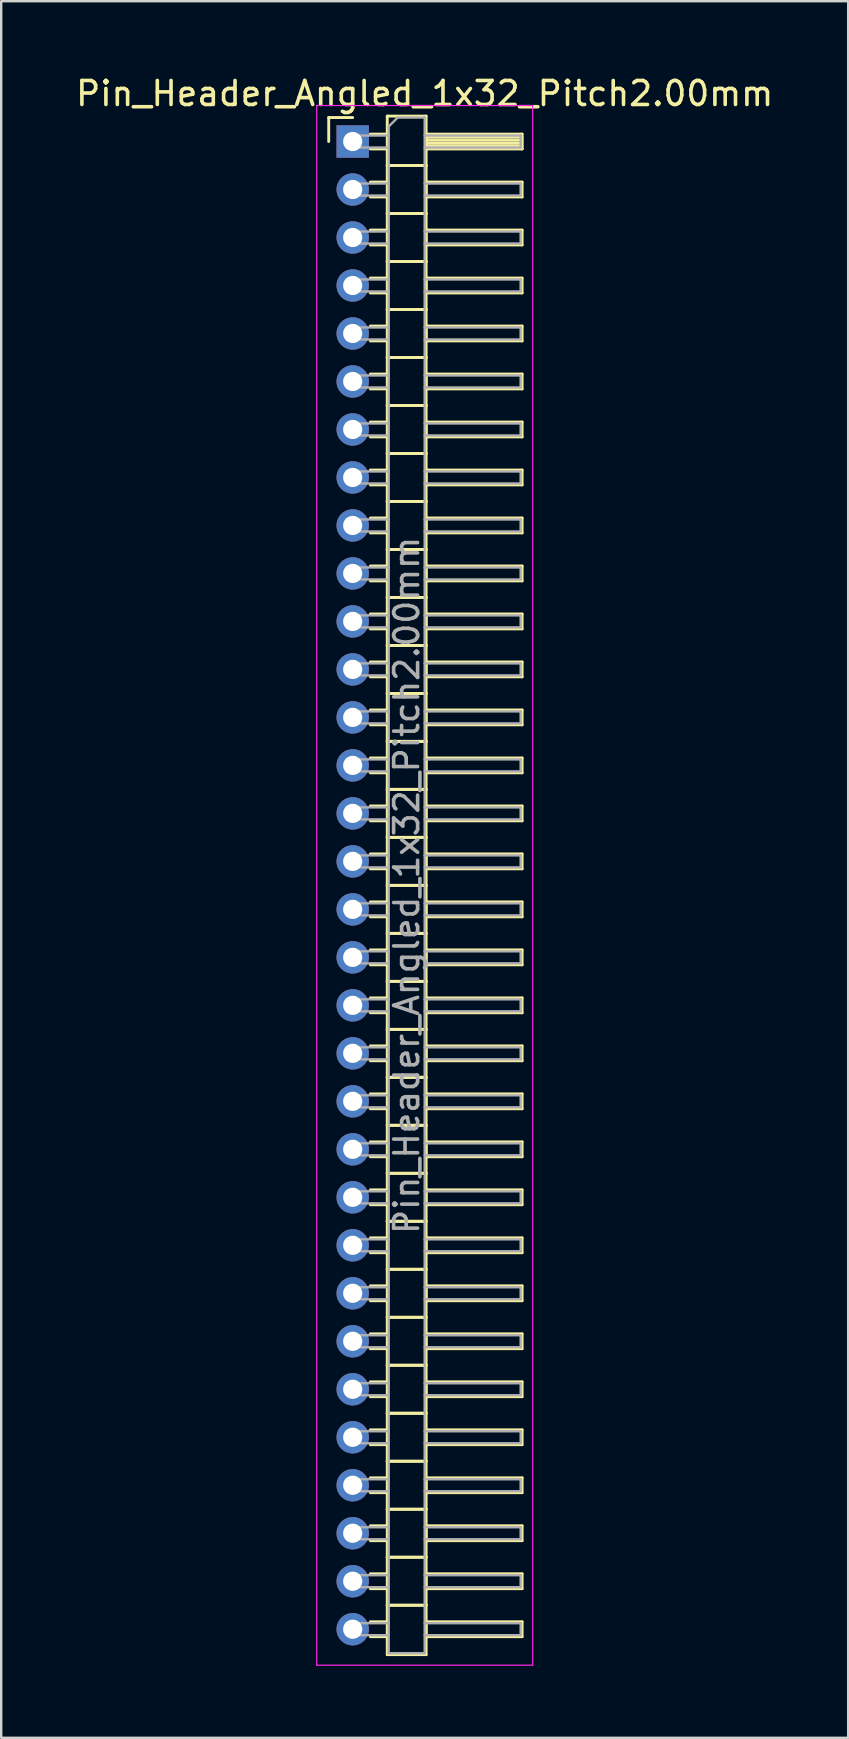
<source format=kicad_pcb>
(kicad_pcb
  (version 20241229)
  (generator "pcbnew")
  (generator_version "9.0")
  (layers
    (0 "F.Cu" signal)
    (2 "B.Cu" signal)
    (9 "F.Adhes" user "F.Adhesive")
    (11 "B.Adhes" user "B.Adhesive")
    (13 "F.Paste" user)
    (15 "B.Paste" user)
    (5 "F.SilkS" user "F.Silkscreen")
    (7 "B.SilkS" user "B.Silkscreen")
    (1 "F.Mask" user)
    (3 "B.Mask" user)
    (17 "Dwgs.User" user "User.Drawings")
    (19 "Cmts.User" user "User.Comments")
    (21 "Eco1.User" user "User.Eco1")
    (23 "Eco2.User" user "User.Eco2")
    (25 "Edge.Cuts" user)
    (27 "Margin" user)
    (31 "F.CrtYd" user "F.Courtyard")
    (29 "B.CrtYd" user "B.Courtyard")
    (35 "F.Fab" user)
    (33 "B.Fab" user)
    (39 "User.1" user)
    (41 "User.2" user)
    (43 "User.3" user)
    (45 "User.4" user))
  (footprint "Pin_Header_Angled_1x32_Pitch2.00mm"
    (layer "F.Cu")
    (at 11.649 2.848)
    (property "Reference" "Pin_Header_Angled_1x32_Pitch2.00mm" (at 3 -2 0) (layer "F.SilkS") (effects (font (size 1 1) (thickness 0.15))))
    (attr through_hole)
    (fp_line (start -1 -1) (end 0 -1) (stroke (width 0.12) (type solid)) (layer "F.SilkS"))
    (fp_line (start -1 0) (end -1 -1) (stroke (width 0.12) (type solid)) (layer "F.SilkS"))
    (fp_line (start 0.735 -0.31) (end 1.44 -0.31) (stroke (width 0.12) (type solid)) (layer "F.SilkS"))
    (fp_line (start 0.735 0.31) (end 1.44 0.31) (stroke (width 0.12) (type solid)) (layer "F.SilkS"))
    (fp_line (start 0.735 1.69) (end 1.44 1.69) (stroke (width 0.12) (type solid)) (layer "F.SilkS"))
    (fp_line (start 0.735 2.31) (end 1.44 2.31) (stroke (width 0.12) (type solid)) (layer "F.SilkS"))
    (fp_line (start 0.735 3.69) (end 1.44 3.69) (stroke (width 0.12) (type solid)) (layer "F.SilkS"))
    (fp_line (start 0.735 4.31) (end 1.44 4.31) (stroke (width 0.12) (type solid)) (layer "F.SilkS"))
    (fp_line (start 0.735 5.69) (end 1.44 5.69) (stroke (width 0.12) (type solid)) (layer "F.SilkS"))
    (fp_line (start 0.735 6.31) (end 1.44 6.31) (stroke (width 0.12) (type solid)) (layer "F.SilkS"))
    (fp_line (start 0.735 7.69) (end 1.44 7.69) (stroke (width 0.12) (type solid)) (layer "F.SilkS"))
    (fp_line (start 0.735 8.31) (end 1.44 8.31) (stroke (width 0.12) (type solid)) (layer "F.SilkS"))
    (fp_line (start 0.735 9.69) (end 1.44 9.69) (stroke (width 0.12) (type solid)) (layer "F.SilkS"))
    (fp_line (start 0.735 10.31) (end 1.44 10.31) (stroke (width 0.12) (type solid)) (layer "F.SilkS"))
    (fp_line (start 0.735 11.69) (end 1.44 11.69) (stroke (width 0.12) (type solid)) (layer "F.SilkS"))
    (fp_line (start 0.735 12.31) (end 1.44 12.31) (stroke (width 0.12) (type solid)) (layer "F.SilkS"))
    (fp_line (start 0.735 13.69) (end 1.44 13.69) (stroke (width 0.12) (type solid)) (layer "F.SilkS"))
    (fp_line (start 0.735 14.31) (end 1.44 14.31) (stroke (width 0.12) (type solid)) (layer "F.SilkS"))
    (fp_line (start 0.735 15.69) (end 1.44 15.69) (stroke (width 0.12) (type solid)) (layer "F.SilkS"))
    (fp_line (start 0.735 16.31) (end 1.44 16.31) (stroke (width 0.12) (type solid)) (layer "F.SilkS"))
    (fp_line (start 0.735 17.69) (end 1.44 17.69) (stroke (width 0.12) (type solid)) (layer "F.SilkS"))
    (fp_line (start 0.735 18.31) (end 1.44 18.31) (stroke (width 0.12) (type solid)) (layer "F.SilkS"))
    (fp_line (start 0.735 19.69) (end 1.44 19.69) (stroke (width 0.12) (type solid)) (layer "F.SilkS"))
    (fp_line (start 0.735 20.31) (end 1.44 20.31) (stroke (width 0.12) (type solid)) (layer "F.SilkS"))
    (fp_line (start 0.735 21.69) (end 1.44 21.69) (stroke (width 0.12) (type solid)) (layer "F.SilkS"))
    (fp_line (start 0.735 22.31) (end 1.44 22.31) (stroke (width 0.12) (type solid)) (layer "F.SilkS"))
    (fp_line (start 0.735 23.69) (end 1.44 23.69) (stroke (width 0.12) (type solid)) (layer "F.SilkS"))
    (fp_line (start 0.735 24.31) (end 1.44 24.31) (stroke (width 0.12) (type solid)) (layer "F.SilkS"))
    (fp_line (start 0.735 25.69) (end 1.44 25.69) (stroke (width 0.12) (type solid)) (layer "F.SilkS"))
    (fp_line (start 0.735 26.31) (end 1.44 26.31) (stroke (width 0.12) (type solid)) (layer "F.SilkS"))
    (fp_line (start 0.735 27.69) (end 1.44 27.69) (stroke (width 0.12) (type solid)) (layer "F.SilkS"))
    (fp_line (start 0.735 28.31) (end 1.44 28.31) (stroke (width 0.12) (type solid)) (layer "F.SilkS"))
    (fp_line (start 0.735 29.69) (end 1.44 29.69) (stroke (width 0.12) (type solid)) (layer "F.SilkS"))
    (fp_line (start 0.735 30.31) (end 1.44 30.31) (stroke (width 0.12) (type solid)) (layer "F.SilkS"))
    (fp_line (start 0.735 31.69) (end 1.44 31.69) (stroke (width 0.12) (type solid)) (layer "F.SilkS"))
    (fp_line (start 0.735 32.31) (end 1.44 32.31) (stroke (width 0.12) (type solid)) (layer "F.SilkS"))
    (fp_line (start 0.735 33.69) (end 1.44 33.69) (stroke (width 0.12) (type solid)) (layer "F.SilkS"))
    (fp_line (start 0.735 34.31) (end 1.44 34.31) (stroke (width 0.12) (type solid)) (layer "F.SilkS"))
    (fp_line (start 0.735 35.69) (end 1.44 35.69) (stroke (width 0.12) (type solid)) (layer "F.SilkS"))
    (fp_line (start 0.735 36.31) (end 1.44 36.31) (stroke (width 0.12) (type solid)) (layer "F.SilkS"))
    (fp_line (start 0.735 37.69) (end 1.44 37.69) (stroke (width 0.12) (type solid)) (layer "F.SilkS"))
    (fp_line (start 0.735 38.31) (end 1.44 38.31) (stroke (width 0.12) (type solid)) (layer "F.SilkS"))
    (fp_line (start 0.735 39.69) (end 1.44 39.69) (stroke (width 0.12) (type solid)) (layer "F.SilkS"))
    (fp_line (start 0.735 40.31) (end 1.44 40.31) (stroke (width 0.12) (type solid)) (layer "F.SilkS"))
    (fp_line (start 0.735 41.69) (end 1.44 41.69) (stroke (width 0.12) (type solid)) (layer "F.SilkS"))
    (fp_line (start 0.735 42.31) (end 1.44 42.31) (stroke (width 0.12) (type solid)) (layer "F.SilkS"))
    (fp_line (start 0.735 43.69) (end 1.44 43.69) (stroke (width 0.12) (type solid)) (layer "F.SilkS"))
    (fp_line (start 0.735 44.31) (end 1.44 44.31) (stroke (width 0.12) (type solid)) (layer "F.SilkS"))
    (fp_line (start 0.735 45.69) (end 1.44 45.69) (stroke (width 0.12) (type solid)) (layer "F.SilkS"))
    (fp_line (start 0.735 46.31) (end 1.44 46.31) (stroke (width 0.12) (type solid)) (layer "F.SilkS"))
    (fp_line (start 0.735 47.69) (end 1.44 47.69) (stroke (width 0.12) (type solid)) (layer "F.SilkS"))
    (fp_line (start 0.735 48.31) (end 1.44 48.31) (stroke (width 0.12) (type solid)) (layer "F.SilkS"))
    (fp_line (start 0.735 49.69) (end 1.44 49.69) (stroke (width 0.12) (type solid)) (layer "F.SilkS"))
    (fp_line (start 0.735 50.31) (end 1.44 50.31) (stroke (width 0.12) (type solid)) (layer "F.SilkS"))
    (fp_line (start 0.735 51.69) (end 1.44 51.69) (stroke (width 0.12) (type solid)) (layer "F.SilkS"))
    (fp_line (start 0.735 52.31) (end 1.44 52.31) (stroke (width 0.12) (type solid)) (layer "F.SilkS"))
    (fp_line (start 0.735 53.69) (end 1.44 53.69) (stroke (width 0.12) (type solid)) (layer "F.SilkS"))
    (fp_line (start 0.735 54.31) (end 1.44 54.31) (stroke (width 0.12) (type solid)) (layer "F.SilkS"))
    (fp_line (start 0.735 55.69) (end 1.44 55.69) (stroke (width 0.12) (type solid)) (layer "F.SilkS"))
    (fp_line (start 0.735 56.31) (end 1.44 56.31) (stroke (width 0.12) (type solid)) (layer "F.SilkS"))
    (fp_line (start 0.735 57.69) (end 1.44 57.69) (stroke (width 0.12) (type solid)) (layer "F.SilkS"))
    (fp_line (start 0.735 58.31) (end 1.44 58.31) (stroke (width 0.12) (type solid)) (layer "F.SilkS"))
    (fp_line (start 0.735 59.69) (end 1.44 59.69) (stroke (width 0.12) (type solid)) (layer "F.SilkS"))
    (fp_line (start 0.735 60.31) (end 1.44 60.31) (stroke (width 0.12) (type solid)) (layer "F.SilkS"))
    (fp_line (start 0.735 61.69) (end 1.44 61.69) (stroke (width 0.12) (type solid)) (layer "F.SilkS"))
    (fp_line (start 0.735 62.31) (end 1.44 62.31) (stroke (width 0.12) (type solid)) (layer "F.SilkS"))
    (fp_line (start 1.44 -1.06) (end 1.44 1) (stroke (width 0.12) (type solid)) (layer "F.SilkS"))
    (fp_line (start 1.44 1) (end 1.44 3) (stroke (width 0.12) (type solid)) (layer "F.SilkS"))
    (fp_line (start 1.44 1) (end 3.06 1) (stroke (width 0.12) (type solid)) (layer "F.SilkS"))
    (fp_line (start 1.44 3) (end 1.44 5) (stroke (width 0.12) (type solid)) (layer "F.SilkS"))
    (fp_line (start 1.44 3) (end 3.06 3) (stroke (width 0.12) (type solid)) (layer "F.SilkS"))
    (fp_line (start 1.44 5) (end 1.44 7) (stroke (width 0.12) (type solid)) (layer "F.SilkS"))
    (fp_line (start 1.44 5) (end 3.06 5) (stroke (width 0.12) (type solid)) (layer "F.SilkS"))
    (fp_line (start 1.44 7) (end 1.44 9) (stroke (width 0.12) (type solid)) (layer "F.SilkS"))
    (fp_line (start 1.44 7) (end 3.06 7) (stroke (width 0.12) (type solid)) (layer "F.SilkS"))
    (fp_line (start 1.44 9) (end 1.44 11) (stroke (width 0.12) (type solid)) (layer "F.SilkS"))
    (fp_line (start 1.44 9) (end 3.06 9) (stroke (width 0.12) (type solid)) (layer "F.SilkS"))
    (fp_line (start 1.44 11) (end 1.44 13) (stroke (width 0.12) (type solid)) (layer "F.SilkS"))
    (fp_line (start 1.44 11) (end 3.06 11) (stroke (width 0.12) (type solid)) (layer "F.SilkS"))
    (fp_line (start 1.44 13) (end 1.44 15) (stroke (width 0.12) (type solid)) (layer "F.SilkS"))
    (fp_line (start 1.44 13) (end 3.06 13) (stroke (width 0.12) (type solid)) (layer "F.SilkS"))
    (fp_line (start 1.44 15) (end 1.44 17) (stroke (width 0.12) (type solid)) (layer "F.SilkS"))
    (fp_line (start 1.44 15) (end 3.06 15) (stroke (width 0.12) (type solid)) (layer "F.SilkS"))
    (fp_line (start 1.44 17) (end 1.44 19) (stroke (width 0.12) (type solid)) (layer "F.SilkS"))
    (fp_line (start 1.44 17) (end 3.06 17) (stroke (width 0.12) (type solid)) (layer "F.SilkS"))
    (fp_line (start 1.44 19) (end 1.44 21) (stroke (width 0.12) (type solid)) (layer "F.SilkS"))
    (fp_line (start 1.44 19) (end 3.06 19) (stroke (width 0.12) (type solid)) (layer "F.SilkS"))
    (fp_line (start 1.44 21) (end 1.44 23) (stroke (width 0.12) (type solid)) (layer "F.SilkS"))
    (fp_line (start 1.44 21) (end 3.06 21) (stroke (width 0.12) (type solid)) (layer "F.SilkS"))
    (fp_line (start 1.44 23) (end 1.44 25) (stroke (width 0.12) (type solid)) (layer "F.SilkS"))
    (fp_line (start 1.44 23) (end 3.06 23) (stroke (width 0.12) (type solid)) (layer "F.SilkS"))
    (fp_line (start 1.44 25) (end 1.44 27) (stroke (width 0.12) (type solid)) (layer "F.SilkS"))
    (fp_line (start 1.44 25) (end 3.06 25) (stroke (width 0.12) (type solid)) (layer "F.SilkS"))
    (fp_line (start 1.44 27) (end 1.44 29) (stroke (width 0.12) (type solid)) (layer "F.SilkS"))
    (fp_line (start 1.44 27) (end 3.06 27) (stroke (width 0.12) (type solid)) (layer "F.SilkS"))
    (fp_line (start 1.44 29) (end 1.44 31) (stroke (width 0.12) (type solid)) (layer "F.SilkS"))
    (fp_line (start 1.44 29) (end 3.06 29) (stroke (width 0.12) (type solid)) (layer "F.SilkS"))
    (fp_line (start 1.44 31) (end 1.44 33) (stroke (width 0.12) (type solid)) (layer "F.SilkS"))
    (fp_line (start 1.44 31) (end 3.06 31) (stroke (width 0.12) (type solid)) (layer "F.SilkS"))
    (fp_line (start 1.44 33) (end 1.44 35) (stroke (width 0.12) (type solid)) (layer "F.SilkS"))
    (fp_line (start 1.44 33) (end 3.06 33) (stroke (width 0.12) (type solid)) (layer "F.SilkS"))
    (fp_line (start 1.44 35) (end 1.44 37) (stroke (width 0.12) (type solid)) (layer "F.SilkS"))
    (fp_line (start 1.44 35) (end 3.06 35) (stroke (width 0.12) (type solid)) (layer "F.SilkS"))
    (fp_line (start 1.44 37) (end 1.44 39) (stroke (width 0.12) (type solid)) (layer "F.SilkS"))
    (fp_line (start 1.44 37) (end 3.06 37) (stroke (width 0.12) (type solid)) (layer "F.SilkS"))
    (fp_line (start 1.44 39) (end 1.44 41) (stroke (width 0.12) (type solid)) (layer "F.SilkS"))
    (fp_line (start 1.44 39) (end 3.06 39) (stroke (width 0.12) (type solid)) (layer "F.SilkS"))
    (fp_line (start 1.44 41) (end 1.44 43) (stroke (width 0.12) (type solid)) (layer "F.SilkS"))
    (fp_line (start 1.44 41) (end 3.06 41) (stroke (width 0.12) (type solid)) (layer "F.SilkS"))
    (fp_line (start 1.44 43) (end 1.44 45) (stroke (width 0.12) (type solid)) (layer "F.SilkS"))
    (fp_line (start 1.44 43) (end 3.06 43) (stroke (width 0.12) (type solid)) (layer "F.SilkS"))
    (fp_line (start 1.44 45) (end 1.44 47) (stroke (width 0.12) (type solid)) (layer "F.SilkS"))
    (fp_line (start 1.44 45) (end 3.06 45) (stroke (width 0.12) (type solid)) (layer "F.SilkS"))
    (fp_line (start 1.44 47) (end 1.44 49) (stroke (width 0.12) (type solid)) (layer "F.SilkS"))
    (fp_line (start 1.44 47) (end 3.06 47) (stroke (width 0.12) (type solid)) (layer "F.SilkS"))
    (fp_line (start 1.44 49) (end 1.44 51) (stroke (width 0.12) (type solid)) (layer "F.SilkS"))
    (fp_line (start 1.44 49) (end 3.06 49) (stroke (width 0.12) (type solid)) (layer "F.SilkS"))
    (fp_line (start 1.44 51) (end 1.44 53) (stroke (width 0.12) (type solid)) (layer "F.SilkS"))
    (fp_line (start 1.44 51) (end 3.06 51) (stroke (width 0.12) (type solid)) (layer "F.SilkS"))
    (fp_line (start 1.44 53) (end 1.44 55) (stroke (width 0.12) (type solid)) (layer "F.SilkS"))
    (fp_line (start 1.44 53) (end 3.06 53) (stroke (width 0.12) (type solid)) (layer "F.SilkS"))
    (fp_line (start 1.44 55) (end 1.44 57) (stroke (width 0.12) (type solid)) (layer "F.SilkS"))
    (fp_line (start 1.44 55) (end 3.06 55) (stroke (width 0.12) (type solid)) (layer "F.SilkS"))
    (fp_line (start 1.44 57) (end 1.44 59) (stroke (width 0.12) (type solid)) (layer "F.SilkS"))
    (fp_line (start 1.44 57) (end 3.06 57) (stroke (width 0.12) (type solid)) (layer "F.SilkS"))
    (fp_line (start 1.44 59) (end 1.44 61) (stroke (width 0.12) (type solid)) (layer "F.SilkS"))
    (fp_line (start 1.44 59) (end 3.06 59) (stroke (width 0.12) (type solid)) (layer "F.SilkS"))
    (fp_line (start 1.44 61) (end 1.44 63.06) (stroke (width 0.12) (type solid)) (layer "F.SilkS"))
    (fp_line (start 1.44 61) (end 3.06 61) (stroke (width 0.12) (type solid)) (layer "F.SilkS"))
    (fp_line (start 1.44 63.06) (end 3.06 63.06) (stroke (width 0.12) (type solid)) (layer "F.SilkS"))
    (fp_line (start 3.06 -1.06) (end 1.44 -1.06) (stroke (width 0.12) (type solid)) (layer "F.SilkS"))
    (fp_line (start 3.06 -0.31) (end 3.06 0.31) (stroke (width 0.12) (type solid)) (layer "F.SilkS"))
    (fp_line (start 3.06 -0.19) (end 7.06 -0.19) (stroke (width 0.12) (type solid)) (layer "F.SilkS"))
    (fp_line (start 3.06 -0.07) (end 7.06 -0.07) (stroke (width 0.12) (type solid)) (layer "F.SilkS"))
    (fp_line (start 3.06 0.05) (end 7.06 0.05) (stroke (width 0.12) (type solid)) (layer "F.SilkS"))
    (fp_line (start 3.06 0.17) (end 7.06 0.17) (stroke (width 0.12) (type solid)) (layer "F.SilkS"))
    (fp_line (start 3.06 0.29) (end 7.06 0.29) (stroke (width 0.12) (type solid)) (layer "F.SilkS"))
    (fp_line (start 3.06 0.31) (end 7.06 0.31) (stroke (width 0.12) (type solid)) (layer "F.SilkS"))
    (fp_line (start 3.06 1) (end 1.44 1) (stroke (width 0.12) (type solid)) (layer "F.SilkS"))
    (fp_line (start 3.06 1) (end 3.06 -1.06) (stroke (width 0.12) (type solid)) (layer "F.SilkS"))
    (fp_line (start 3.06 1.69) (end 3.06 2.31) (stroke (width 0.12) (type solid)) (layer "F.SilkS"))
    (fp_line (start 3.06 2.31) (end 7.06 2.31) (stroke (width 0.12) (type solid)) (layer "F.SilkS"))
    (fp_line (start 3.06 3) (end 1.44 3) (stroke (width 0.12) (type solid)) (layer "F.SilkS"))
    (fp_line (start 3.06 3) (end 3.06 1) (stroke (width 0.12) (type solid)) (layer "F.SilkS"))
    (fp_line (start 3.06 3.69) (end 3.06 4.31) (stroke (width 0.12) (type solid)) (layer "F.SilkS"))
    (fp_line (start 3.06 4.31) (end 7.06 4.31) (stroke (width 0.12) (type solid)) (layer "F.SilkS"))
    (fp_line (start 3.06 5) (end 1.44 5) (stroke (width 0.12) (type solid)) (layer "F.SilkS"))
    (fp_line (start 3.06 5) (end 3.06 3) (stroke (width 0.12) (type solid)) (layer "F.SilkS"))
    (fp_line (start 3.06 5.69) (end 3.06 6.31) (stroke (width 0.12) (type solid)) (layer "F.SilkS"))
    (fp_line (start 3.06 6.31) (end 7.06 6.31) (stroke (width 0.12) (type solid)) (layer "F.SilkS"))
    (fp_line (start 3.06 7) (end 1.44 7) (stroke (width 0.12) (type solid)) (layer "F.SilkS"))
    (fp_line (start 3.06 7) (end 3.06 5) (stroke (width 0.12) (type solid)) (layer "F.SilkS"))
    (fp_line (start 3.06 7.69) (end 3.06 8.31) (stroke (width 0.12) (type solid)) (layer "F.SilkS"))
    (fp_line (start 3.06 8.31) (end 7.06 8.31) (stroke (width 0.12) (type solid)) (layer "F.SilkS"))
    (fp_line (start 3.06 9) (end 1.44 9) (stroke (width 0.12) (type solid)) (layer "F.SilkS"))
    (fp_line (start 3.06 9) (end 3.06 7) (stroke (width 0.12) (type solid)) (layer "F.SilkS"))
    (fp_line (start 3.06 9.69) (end 3.06 10.31) (stroke (width 0.12) (type solid)) (layer "F.SilkS"))
    (fp_line (start 3.06 10.31) (end 7.06 10.31) (stroke (width 0.12) (type solid)) (layer "F.SilkS"))
    (fp_line (start 3.06 11) (end 1.44 11) (stroke (width 0.12) (type solid)) (layer "F.SilkS"))
    (fp_line (start 3.06 11) (end 3.06 9) (stroke (width 0.12) (type solid)) (layer "F.SilkS"))
    (fp_line (start 3.06 11.69) (end 3.06 12.31) (stroke (width 0.12) (type solid)) (layer "F.SilkS"))
    (fp_line (start 3.06 12.31) (end 7.06 12.31) (stroke (width 0.12) (type solid)) (layer "F.SilkS"))
    (fp_line (start 3.06 13) (end 1.44 13) (stroke (width 0.12) (type solid)) (layer "F.SilkS"))
    (fp_line (start 3.06 13) (end 3.06 11) (stroke (width 0.12) (type solid)) (layer "F.SilkS"))
    (fp_line (start 3.06 13.69) (end 3.06 14.31) (stroke (width 0.12) (type solid)) (layer "F.SilkS"))
    (fp_line (start 3.06 14.31) (end 7.06 14.31) (stroke (width 0.12) (type solid)) (layer "F.SilkS"))
    (fp_line (start 3.06 15) (end 1.44 15) (stroke (width 0.12) (type solid)) (layer "F.SilkS"))
    (fp_line (start 3.06 15) (end 3.06 13) (stroke (width 0.12) (type solid)) (layer "F.SilkS"))
    (fp_line (start 3.06 15.69) (end 3.06 16.31) (stroke (width 0.12) (type solid)) (layer "F.SilkS"))
    (fp_line (start 3.06 16.31) (end 7.06 16.31) (stroke (width 0.12) (type solid)) (layer "F.SilkS"))
    (fp_line (start 3.06 17) (end 1.44 17) (stroke (width 0.12) (type solid)) (layer "F.SilkS"))
    (fp_line (start 3.06 17) (end 3.06 15) (stroke (width 0.12) (type solid)) (layer "F.SilkS"))
    (fp_line (start 3.06 17.69) (end 3.06 18.31) (stroke (width 0.12) (type solid)) (layer "F.SilkS"))
    (fp_line (start 3.06 18.31) (end 7.06 18.31) (stroke (width 0.12) (type solid)) (layer "F.SilkS"))
    (fp_line (start 3.06 19) (end 1.44 19) (stroke (width 0.12) (type solid)) (layer "F.SilkS"))
    (fp_line (start 3.06 19) (end 3.06 17) (stroke (width 0.12) (type solid)) (layer "F.SilkS"))
    (fp_line (start 3.06 19.69) (end 3.06 20.31) (stroke (width 0.12) (type solid)) (layer "F.SilkS"))
    (fp_line (start 3.06 20.31) (end 7.06 20.31) (stroke (width 0.12) (type solid)) (layer "F.SilkS"))
    (fp_line (start 3.06 21) (end 1.44 21) (stroke (width 0.12) (type solid)) (layer "F.SilkS"))
    (fp_line (start 3.06 21) (end 3.06 19) (stroke (width 0.12) (type solid)) (layer "F.SilkS"))
    (fp_line (start 3.06 21.69) (end 3.06 22.31) (stroke (width 0.12) (type solid)) (layer "F.SilkS"))
    (fp_line (start 3.06 22.31) (end 7.06 22.31) (stroke (width 0.12) (type solid)) (layer "F.SilkS"))
    (fp_line (start 3.06 23) (end 1.44 23) (stroke (width 0.12) (type solid)) (layer "F.SilkS"))
    (fp_line (start 3.06 23) (end 3.06 21) (stroke (width 0.12) (type solid)) (layer "F.SilkS"))
    (fp_line (start 3.06 23.69) (end 3.06 24.31) (stroke (width 0.12) (type solid)) (layer "F.SilkS"))
    (fp_line (start 3.06 24.31) (end 7.06 24.31) (stroke (width 0.12) (type solid)) (layer "F.SilkS"))
    (fp_line (start 3.06 25) (end 1.44 25) (stroke (width 0.12) (type solid)) (layer "F.SilkS"))
    (fp_line (start 3.06 25) (end 3.06 23) (stroke (width 0.12) (type solid)) (layer "F.SilkS"))
    (fp_line (start 3.06 25.69) (end 3.06 26.31) (stroke (width 0.12) (type solid)) (layer "F.SilkS"))
    (fp_line (start 3.06 26.31) (end 7.06 26.31) (stroke (width 0.12) (type solid)) (layer "F.SilkS"))
    (fp_line (start 3.06 27) (end 1.44 27) (stroke (width 0.12) (type solid)) (layer "F.SilkS"))
    (fp_line (start 3.06 27) (end 3.06 25) (stroke (width 0.12) (type solid)) (layer "F.SilkS"))
    (fp_line (start 3.06 27.69) (end 3.06 28.31) (stroke (width 0.12) (type solid)) (layer "F.SilkS"))
    (fp_line (start 3.06 28.31) (end 7.06 28.31) (stroke (width 0.12) (type solid)) (layer "F.SilkS"))
    (fp_line (start 3.06 29) (end 1.44 29) (stroke (width 0.12) (type solid)) (layer "F.SilkS"))
    (fp_line (start 3.06 29) (end 3.06 27) (stroke (width 0.12) (type solid)) (layer "F.SilkS"))
    (fp_line (start 3.06 29.69) (end 3.06 30.31) (stroke (width 0.12) (type solid)) (layer "F.SilkS"))
    (fp_line (start 3.06 30.31) (end 7.06 30.31) (stroke (width 0.12) (type solid)) (layer "F.SilkS"))
    (fp_line (start 3.06 31) (end 1.44 31) (stroke (width 0.12) (type solid)) (layer "F.SilkS"))
    (fp_line (start 3.06 31) (end 3.06 29) (stroke (width 0.12) (type solid)) (layer "F.SilkS"))
    (fp_line (start 3.06 31.69) (end 3.06 32.31) (stroke (width 0.12) (type solid)) (layer "F.SilkS"))
    (fp_line (start 3.06 32.31) (end 7.06 32.31) (stroke (width 0.12) (type solid)) (layer "F.SilkS"))
    (fp_line (start 3.06 33) (end 1.44 33) (stroke (width 0.12) (type solid)) (layer "F.SilkS"))
    (fp_line (start 3.06 33) (end 3.06 31) (stroke (width 0.12) (type solid)) (layer "F.SilkS"))
    (fp_line (start 3.06 33.69) (end 3.06 34.31) (stroke (width 0.12) (type solid)) (layer "F.SilkS"))
    (fp_line (start 3.06 34.31) (end 7.06 34.31) (stroke (width 0.12) (type solid)) (layer "F.SilkS"))
    (fp_line (start 3.06 35) (end 1.44 35) (stroke (width 0.12) (type solid)) (layer "F.SilkS"))
    (fp_line (start 3.06 35) (end 3.06 33) (stroke (width 0.12) (type solid)) (layer "F.SilkS"))
    (fp_line (start 3.06 35.69) (end 3.06 36.31) (stroke (width 0.12) (type solid)) (layer "F.SilkS"))
    (fp_line (start 3.06 36.31) (end 7.06 36.31) (stroke (width 0.12) (type solid)) (layer "F.SilkS"))
    (fp_line (start 3.06 37) (end 1.44 37) (stroke (width 0.12) (type solid)) (layer "F.SilkS"))
    (fp_line (start 3.06 37) (end 3.06 35) (stroke (width 0.12) (type solid)) (layer "F.SilkS"))
    (fp_line (start 3.06 37.69) (end 3.06 38.31) (stroke (width 0.12) (type solid)) (layer "F.SilkS"))
    (fp_line (start 3.06 38.31) (end 7.06 38.31) (stroke (width 0.12) (type solid)) (layer "F.SilkS"))
    (fp_line (start 3.06 39) (end 1.44 39) (stroke (width 0.12) (type solid)) (layer "F.SilkS"))
    (fp_line (start 3.06 39) (end 3.06 37) (stroke (width 0.12) (type solid)) (layer "F.SilkS"))
    (fp_line (start 3.06 39.69) (end 3.06 40.31) (stroke (width 0.12) (type solid)) (layer "F.SilkS"))
    (fp_line (start 3.06 40.31) (end 7.06 40.31) (stroke (width 0.12) (type solid)) (layer "F.SilkS"))
    (fp_line (start 3.06 41) (end 1.44 41) (stroke (width 0.12) (type solid)) (layer "F.SilkS"))
    (fp_line (start 3.06 41) (end 3.06 39) (stroke (width 0.12) (type solid)) (layer "F.SilkS"))
    (fp_line (start 3.06 41.69) (end 3.06 42.31) (stroke (width 0.12) (type solid)) (layer "F.SilkS"))
    (fp_line (start 3.06 42.31) (end 7.06 42.31) (stroke (width 0.12) (type solid)) (layer "F.SilkS"))
    (fp_line (start 3.06 43) (end 1.44 43) (stroke (width 0.12) (type solid)) (layer "F.SilkS"))
    (fp_line (start 3.06 43) (end 3.06 41) (stroke (width 0.12) (type solid)) (layer "F.SilkS"))
    (fp_line (start 3.06 43.69) (end 3.06 44.31) (stroke (width 0.12) (type solid)) (layer "F.SilkS"))
    (fp_line (start 3.06 44.31) (end 7.06 44.31) (stroke (width 0.12) (type solid)) (layer "F.SilkS"))
    (fp_line (start 3.06 45) (end 1.44 45) (stroke (width 0.12) (type solid)) (layer "F.SilkS"))
    (fp_line (start 3.06 45) (end 3.06 43) (stroke (width 0.12) (type solid)) (layer "F.SilkS"))
    (fp_line (start 3.06 45.69) (end 3.06 46.31) (stroke (width 0.12) (type solid)) (layer "F.SilkS"))
    (fp_line (start 3.06 46.31) (end 7.06 46.31) (stroke (width 0.12) (type solid)) (layer "F.SilkS"))
    (fp_line (start 3.06 47) (end 1.44 47) (stroke (width 0.12) (type solid)) (layer "F.SilkS"))
    (fp_line (start 3.06 47) (end 3.06 45) (stroke (width 0.12) (type solid)) (layer "F.SilkS"))
    (fp_line (start 3.06 47.69) (end 3.06 48.31) (stroke (width 0.12) (type solid)) (layer "F.SilkS"))
    (fp_line (start 3.06 48.31) (end 7.06 48.31) (stroke (width 0.12) (type solid)) (layer "F.SilkS"))
    (fp_line (start 3.06 49) (end 1.44 49) (stroke (width 0.12) (type solid)) (layer "F.SilkS"))
    (fp_line (start 3.06 49) (end 3.06 47) (stroke (width 0.12) (type solid)) (layer "F.SilkS"))
    (fp_line (start 3.06 49.69) (end 3.06 50.31) (stroke (width 0.12) (type solid)) (layer "F.SilkS"))
    (fp_line (start 3.06 50.31) (end 7.06 50.31) (stroke (width 0.12) (type solid)) (layer "F.SilkS"))
    (fp_line (start 3.06 51) (end 1.44 51) (stroke (width 0.12) (type solid)) (layer "F.SilkS"))
    (fp_line (start 3.06 51) (end 3.06 49) (stroke (width 0.12) (type solid)) (layer "F.SilkS"))
    (fp_line (start 3.06 51.69) (end 3.06 52.31) (stroke (width 0.12) (type solid)) (layer "F.SilkS"))
    (fp_line (start 3.06 52.31) (end 7.06 52.31) (stroke (width 0.12) (type solid)) (layer "F.SilkS"))
    (fp_line (start 3.06 53) (end 1.44 53) (stroke (width 0.12) (type solid)) (layer "F.SilkS"))
    (fp_line (start 3.06 53) (end 3.06 51) (stroke (width 0.12) (type solid)) (layer "F.SilkS"))
    (fp_line (start 3.06 53.69) (end 3.06 54.31) (stroke (width 0.12) (type solid)) (layer "F.SilkS"))
    (fp_line (start 3.06 54.31) (end 7.06 54.31) (stroke (width 0.12) (type solid)) (layer "F.SilkS"))
    (fp_line (start 3.06 55) (end 1.44 55) (stroke (width 0.12) (type solid)) (layer "F.SilkS"))
    (fp_line (start 3.06 55) (end 3.06 53) (stroke (width 0.12) (type solid)) (layer "F.SilkS"))
    (fp_line (start 3.06 55.69) (end 3.06 56.31) (stroke (width 0.12) (type solid)) (layer "F.SilkS"))
    (fp_line (start 3.06 56.31) (end 7.06 56.31) (stroke (width 0.12) (type solid)) (layer "F.SilkS"))
    (fp_line (start 3.06 57) (end 1.44 57) (stroke (width 0.12) (type solid)) (layer "F.SilkS"))
    (fp_line (start 3.06 57) (end 3.06 55) (stroke (width 0.12) (type solid)) (layer "F.SilkS"))
    (fp_line (start 3.06 57.69) (end 3.06 58.31) (stroke (width 0.12) (type solid)) (layer "F.SilkS"))
    (fp_line (start 3.06 58.31) (end 7.06 58.31) (stroke (width 0.12) (type solid)) (layer "F.SilkS"))
    (fp_line (start 3.06 59) (end 1.44 59) (stroke (width 0.12) (type solid)) (layer "F.SilkS"))
    (fp_line (start 3.06 59) (end 3.06 57) (stroke (width 0.12) (type solid)) (layer "F.SilkS"))
    (fp_line (start 3.06 59.69) (end 3.06 60.31) (stroke (width 0.12) (type solid)) (layer "F.SilkS"))
    (fp_line (start 3.06 60.31) (end 7.06 60.31) (stroke (width 0.12) (type solid)) (layer "F.SilkS"))
    (fp_line (start 3.06 61) (end 1.44 61) (stroke (width 0.12) (type solid)) (layer "F.SilkS"))
    (fp_line (start 3.06 61) (end 3.06 59) (stroke (width 0.12) (type solid)) (layer "F.SilkS"))
    (fp_line (start 3.06 61.69) (end 3.06 62.31) (stroke (width 0.12) (type solid)) (layer "F.SilkS"))
    (fp_line (start 3.06 62.31) (end 7.06 62.31) (stroke (width 0.12) (type solid)) (layer "F.SilkS"))
    (fp_line (start 3.06 63.06) (end 3.06 61) (stroke (width 0.12) (type solid)) (layer "F.SilkS"))
    (fp_line (start 7.06 -0.31) (end 3.06 -0.31) (stroke (width 0.12) (type solid)) (layer "F.SilkS"))
    (fp_line (start 7.06 0.31) (end 7.06 -0.31) (stroke (width 0.12) (type solid)) (layer "F.SilkS"))
    (fp_line (start 7.06 1.69) (end 3.06 1.69) (stroke (width 0.12) (type solid)) (layer "F.SilkS"))
    (fp_line (start 7.06 2.31) (end 7.06 1.69) (stroke (width 0.12) (type solid)) (layer "F.SilkS"))
    (fp_line (start 7.06 3.69) (end 3.06 3.69) (stroke (width 0.12) (type solid)) (layer "F.SilkS"))
    (fp_line (start 7.06 4.31) (end 7.06 3.69) (stroke (width 0.12) (type solid)) (layer "F.SilkS"))
    (fp_line (start 7.06 5.69) (end 3.06 5.69) (stroke (width 0.12) (type solid)) (layer "F.SilkS"))
    (fp_line (start 7.06 6.31) (end 7.06 5.69) (stroke (width 0.12) (type solid)) (layer "F.SilkS"))
    (fp_line (start 7.06 7.69) (end 3.06 7.69) (stroke (width 0.12) (type solid)) (layer "F.SilkS"))
    (fp_line (start 7.06 8.31) (end 7.06 7.69) (stroke (width 0.12) (type solid)) (layer "F.SilkS"))
    (fp_line (start 7.06 9.69) (end 3.06 9.69) (stroke (width 0.12) (type solid)) (layer "F.SilkS"))
    (fp_line (start 7.06 10.31) (end 7.06 9.69) (stroke (width 0.12) (type solid)) (layer "F.SilkS"))
    (fp_line (start 7.06 11.69) (end 3.06 11.69) (stroke (width 0.12) (type solid)) (layer "F.SilkS"))
    (fp_line (start 7.06 12.31) (end 7.06 11.69) (stroke (width 0.12) (type solid)) (layer "F.SilkS"))
    (fp_line (start 7.06 13.69) (end 3.06 13.69) (stroke (width 0.12) (type solid)) (layer "F.SilkS"))
    (fp_line (start 7.06 14.31) (end 7.06 13.69) (stroke (width 0.12) (type solid)) (layer "F.SilkS"))
    (fp_line (start 7.06 15.69) (end 3.06 15.69) (stroke (width 0.12) (type solid)) (layer "F.SilkS"))
    (fp_line (start 7.06 16.31) (end 7.06 15.69) (stroke (width 0.12) (type solid)) (layer "F.SilkS"))
    (fp_line (start 7.06 17.69) (end 3.06 17.69) (stroke (width 0.12) (type solid)) (layer "F.SilkS"))
    (fp_line (start 7.06 18.31) (end 7.06 17.69) (stroke (width 0.12) (type solid)) (layer "F.SilkS"))
    (fp_line (start 7.06 19.69) (end 3.06 19.69) (stroke (width 0.12) (type solid)) (layer "F.SilkS"))
    (fp_line (start 7.06 20.31) (end 7.06 19.69) (stroke (width 0.12) (type solid)) (layer "F.SilkS"))
    (fp_line (start 7.06 21.69) (end 3.06 21.69) (stroke (width 0.12) (type solid)) (layer "F.SilkS"))
    (fp_line (start 7.06 22.31) (end 7.06 21.69) (stroke (width 0.12) (type solid)) (layer "F.SilkS"))
    (fp_line (start 7.06 23.69) (end 3.06 23.69) (stroke (width 0.12) (type solid)) (layer "F.SilkS"))
    (fp_line (start 7.06 24.31) (end 7.06 23.69) (stroke (width 0.12) (type solid)) (layer "F.SilkS"))
    (fp_line (start 7.06 25.69) (end 3.06 25.69) (stroke (width 0.12) (type solid)) (layer "F.SilkS"))
    (fp_line (start 7.06 26.31) (end 7.06 25.69) (stroke (width 0.12) (type solid)) (layer "F.SilkS"))
    (fp_line (start 7.06 27.69) (end 3.06 27.69) (stroke (width 0.12) (type solid)) (layer "F.SilkS"))
    (fp_line (start 7.06 28.31) (end 7.06 27.69) (stroke (width 0.12) (type solid)) (layer "F.SilkS"))
    (fp_line (start 7.06 29.69) (end 3.06 29.69) (stroke (width 0.12) (type solid)) (layer "F.SilkS"))
    (fp_line (start 7.06 30.31) (end 7.06 29.69) (stroke (width 0.12) (type solid)) (layer "F.SilkS"))
    (fp_line (start 7.06 31.69) (end 3.06 31.69) (stroke (width 0.12) (type solid)) (layer "F.SilkS"))
    (fp_line (start 7.06 32.31) (end 7.06 31.69) (stroke (width 0.12) (type solid)) (layer "F.SilkS"))
    (fp_line (start 7.06 33.69) (end 3.06 33.69) (stroke (width 0.12) (type solid)) (layer "F.SilkS"))
    (fp_line (start 7.06 34.31) (end 7.06 33.69) (stroke (width 0.12) (type solid)) (layer "F.SilkS"))
    (fp_line (start 7.06 35.69) (end 3.06 35.69) (stroke (width 0.12) (type solid)) (layer "F.SilkS"))
    (fp_line (start 7.06 36.31) (end 7.06 35.69) (stroke (width 0.12) (type solid)) (layer "F.SilkS"))
    (fp_line (start 7.06 37.69) (end 3.06 37.69) (stroke (width 0.12) (type solid)) (layer "F.SilkS"))
    (fp_line (start 7.06 38.31) (end 7.06 37.69) (stroke (width 0.12) (type solid)) (layer "F.SilkS"))
    (fp_line (start 7.06 39.69) (end 3.06 39.69) (stroke (width 0.12) (type solid)) (layer "F.SilkS"))
    (fp_line (start 7.06 40.31) (end 7.06 39.69) (stroke (width 0.12) (type solid)) (layer "F.SilkS"))
    (fp_line (start 7.06 41.69) (end 3.06 41.69) (stroke (width 0.12) (type solid)) (layer "F.SilkS"))
    (fp_line (start 7.06 42.31) (end 7.06 41.69) (stroke (width 0.12) (type solid)) (layer "F.SilkS"))
    (fp_line (start 7.06 43.69) (end 3.06 43.69) (stroke (width 0.12) (type solid)) (layer "F.SilkS"))
    (fp_line (start 7.06 44.31) (end 7.06 43.69) (stroke (width 0.12) (type solid)) (layer "F.SilkS"))
    (fp_line (start 7.06 45.69) (end 3.06 45.69) (stroke (width 0.12) (type solid)) (layer "F.SilkS"))
    (fp_line (start 7.06 46.31) (end 7.06 45.69) (stroke (width 0.12) (type solid)) (layer "F.SilkS"))
    (fp_line (start 7.06 47.69) (end 3.06 47.69) (stroke (width 0.12) (type solid)) (layer "F.SilkS"))
    (fp_line (start 7.06 48.31) (end 7.06 47.69) (stroke (width 0.12) (type solid)) (layer "F.SilkS"))
    (fp_line (start 7.06 49.69) (end 3.06 49.69) (stroke (width 0.12) (type solid)) (layer "F.SilkS"))
    (fp_line (start 7.06 50.31) (end 7.06 49.69) (stroke (width 0.12) (type solid)) (layer "F.SilkS"))
    (fp_line (start 7.06 51.69) (end 3.06 51.69) (stroke (width 0.12) (type solid)) (layer "F.SilkS"))
    (fp_line (start 7.06 52.31) (end 7.06 51.69) (stroke (width 0.12) (type solid)) (layer "F.SilkS"))
    (fp_line (start 7.06 53.69) (end 3.06 53.69) (stroke (width 0.12) (type solid)) (layer "F.SilkS"))
    (fp_line (start 7.06 54.31) (end 7.06 53.69) (stroke (width 0.12) (type solid)) (layer "F.SilkS"))
    (fp_line (start 7.06 55.69) (end 3.06 55.69) (stroke (width 0.12) (type solid)) (layer "F.SilkS"))
    (fp_line (start 7.06 56.31) (end 7.06 55.69) (stroke (width 0.12) (type solid)) (layer "F.SilkS"))
    (fp_line (start 7.06 57.69) (end 3.06 57.69) (stroke (width 0.12) (type solid)) (layer "F.SilkS"))
    (fp_line (start 7.06 58.31) (end 7.06 57.69) (stroke (width 0.12) (type solid)) (layer "F.SilkS"))
    (fp_line (start 7.06 59.69) (end 3.06 59.69) (stroke (width 0.12) (type solid)) (layer "F.SilkS"))
    (fp_line (start 7.06 60.31) (end 7.06 59.69) (stroke (width 0.12) (type solid)) (layer "F.SilkS"))
    (fp_line (start 7.06 61.69) (end 3.06 61.69) (stroke (width 0.12) (type solid)) (layer "F.SilkS"))
    (fp_line (start 7.06 62.31) (end 7.06 61.69) (stroke (width 0.12) (type solid)) (layer "F.SilkS"))
    (fp_line (start -1.5 -1.5) (end -1.5 63.5) (stroke (width 0.05) (type solid)) (layer "F.CrtYd"))
    (fp_line (start -1.5 63.5) (end 7.5 63.5) (stroke (width 0.05) (type solid)) (layer "F.CrtYd"))
    (fp_line (start 7.5 -1.5) (end -1.5 -1.5) (stroke (width 0.05) (type solid)) (layer "F.CrtYd"))
    (fp_line (start 7.5 63.5) (end 7.5 -1.5) (stroke (width 0.05) (type solid)) (layer "F.CrtYd"))
    (fp_line (start -0.25 -0.25) (end -0.25 0.25) (stroke (width 0.1) (type solid)) (layer "F.Fab"))
    (fp_line (start -0.25 -0.25) (end 1.5 -0.25) (stroke (width 0.1) (type solid)) (layer "F.Fab"))
    (fp_line (start -0.25 0.25) (end 1.5 0.25) (stroke (width 0.1) (type solid)) (layer "F.Fab"))
    (fp_line (start -0.25 1.75) (end -0.25 2.25) (stroke (width 0.1) (type solid)) (layer "F.Fab"))
    (fp_line (start -0.25 1.75) (end 1.5 1.75) (stroke (width 0.1) (type solid)) (layer "F.Fab"))
    (fp_line (start -0.25 2.25) (end 1.5 2.25) (stroke (width 0.1) (type solid)) (layer "F.Fab"))
    (fp_line (start -0.25 3.75) (end -0.25 4.25) (stroke (width 0.1) (type solid)) (layer "F.Fab"))
    (fp_line (start -0.25 3.75) (end 1.5 3.75) (stroke (width 0.1) (type solid)) (layer "F.Fab"))
    (fp_line (start -0.25 4.25) (end 1.5 4.25) (stroke (width 0.1) (type solid)) (layer "F.Fab"))
    (fp_line (start -0.25 5.75) (end -0.25 6.25) (stroke (width 0.1) (type solid)) (layer "F.Fab"))
    (fp_line (start -0.25 5.75) (end 1.5 5.75) (stroke (width 0.1) (type solid)) (layer "F.Fab"))
    (fp_line (start -0.25 6.25) (end 1.5 6.25) (stroke (width 0.1) (type solid)) (layer "F.Fab"))
    (fp_line (start -0.25 7.75) (end -0.25 8.25) (stroke (width 0.1) (type solid)) (layer "F.Fab"))
    (fp_line (start -0.25 7.75) (end 1.5 7.75) (stroke (width 0.1) (type solid)) (layer "F.Fab"))
    (fp_line (start -0.25 8.25) (end 1.5 8.25) (stroke (width 0.1) (type solid)) (layer "F.Fab"))
    (fp_line (start -0.25 9.75) (end -0.25 10.25) (stroke (width 0.1) (type solid)) (layer "F.Fab"))
    (fp_line (start -0.25 9.75) (end 1.5 9.75) (stroke (width 0.1) (type solid)) (layer "F.Fab"))
    (fp_line (start -0.25 10.25) (end 1.5 10.25) (stroke (width 0.1) (type solid)) (layer "F.Fab"))
    (fp_line (start -0.25 11.75) (end -0.25 12.25) (stroke (width 0.1) (type solid)) (layer "F.Fab"))
    (fp_line (start -0.25 11.75) (end 1.5 11.75) (stroke (width 0.1) (type solid)) (layer "F.Fab"))
    (fp_line (start -0.25 12.25) (end 1.5 12.25) (stroke (width 0.1) (type solid)) (layer "F.Fab"))
    (fp_line (start -0.25 13.75) (end -0.25 14.25) (stroke (width 0.1) (type solid)) (layer "F.Fab"))
    (fp_line (start -0.25 13.75) (end 1.5 13.75) (stroke (width 0.1) (type solid)) (layer "F.Fab"))
    (fp_line (start -0.25 14.25) (end 1.5 14.25) (stroke (width 0.1) (type solid)) (layer "F.Fab"))
    (fp_line (start -0.25 15.75) (end -0.25 16.25) (stroke (width 0.1) (type solid)) (layer "F.Fab"))
    (fp_line (start -0.25 15.75) (end 1.5 15.75) (stroke (width 0.1) (type solid)) (layer "F.Fab"))
    (fp_line (start -0.25 16.25) (end 1.5 16.25) (stroke (width 0.1) (type solid)) (layer "F.Fab"))
    (fp_line (start -0.25 17.75) (end -0.25 18.25) (stroke (width 0.1) (type solid)) (layer "F.Fab"))
    (fp_line (start -0.25 17.75) (end 1.5 17.75) (stroke (width 0.1) (type solid)) (layer "F.Fab"))
    (fp_line (start -0.25 18.25) (end 1.5 18.25) (stroke (width 0.1) (type solid)) (layer "F.Fab"))
    (fp_line (start -0.25 19.75) (end -0.25 20.25) (stroke (width 0.1) (type solid)) (layer "F.Fab"))
    (fp_line (start -0.25 19.75) (end 1.5 19.75) (stroke (width 0.1) (type solid)) (layer "F.Fab"))
    (fp_line (start -0.25 20.25) (end 1.5 20.25) (stroke (width 0.1) (type solid)) (layer "F.Fab"))
    (fp_line (start -0.25 21.75) (end -0.25 22.25) (stroke (width 0.1) (type solid)) (layer "F.Fab"))
    (fp_line (start -0.25 21.75) (end 1.5 21.75) (stroke (width 0.1) (type solid)) (layer "F.Fab"))
    (fp_line (start -0.25 22.25) (end 1.5 22.25) (stroke (width 0.1) (type solid)) (layer "F.Fab"))
    (fp_line (start -0.25 23.75) (end -0.25 24.25) (stroke (width 0.1) (type solid)) (layer "F.Fab"))
    (fp_line (start -0.25 23.75) (end 1.5 23.75) (stroke (width 0.1) (type solid)) (layer "F.Fab"))
    (fp_line (start -0.25 24.25) (end 1.5 24.25) (stroke (width 0.1) (type solid)) (layer "F.Fab"))
    (fp_line (start -0.25 25.75) (end -0.25 26.25) (stroke (width 0.1) (type solid)) (layer "F.Fab"))
    (fp_line (start -0.25 25.75) (end 1.5 25.75) (stroke (width 0.1) (type solid)) (layer "F.Fab"))
    (fp_line (start -0.25 26.25) (end 1.5 26.25) (stroke (width 0.1) (type solid)) (layer "F.Fab"))
    (fp_line (start -0.25 27.75) (end -0.25 28.25) (stroke (width 0.1) (type solid)) (layer "F.Fab"))
    (fp_line (start -0.25 27.75) (end 1.5 27.75) (stroke (width 0.1) (type solid)) (layer "F.Fab"))
    (fp_line (start -0.25 28.25) (end 1.5 28.25) (stroke (width 0.1) (type solid)) (layer "F.Fab"))
    (fp_line (start -0.25 29.75) (end -0.25 30.25) (stroke (width 0.1) (type solid)) (layer "F.Fab"))
    (fp_line (start -0.25 29.75) (end 1.5 29.75) (stroke (width 0.1) (type solid)) (layer "F.Fab"))
    (fp_line (start -0.25 30.25) (end 1.5 30.25) (stroke (width 0.1) (type solid)) (layer "F.Fab"))
    (fp_line (start -0.25 31.75) (end -0.25 32.25) (stroke (width 0.1) (type solid)) (layer "F.Fab"))
    (fp_line (start -0.25 31.75) (end 1.5 31.75) (stroke (width 0.1) (type solid)) (layer "F.Fab"))
    (fp_line (start -0.25 32.25) (end 1.5 32.25) (stroke (width 0.1) (type solid)) (layer "F.Fab"))
    (fp_line (start -0.25 33.75) (end -0.25 34.25) (stroke (width 0.1) (type solid)) (layer "F.Fab"))
    (fp_line (start -0.25 33.75) (end 1.5 33.75) (stroke (width 0.1) (type solid)) (layer "F.Fab"))
    (fp_line (start -0.25 34.25) (end 1.5 34.25) (stroke (width 0.1) (type solid)) (layer "F.Fab"))
    (fp_line (start -0.25 35.75) (end -0.25 36.25) (stroke (width 0.1) (type solid)) (layer "F.Fab"))
    (fp_line (start -0.25 35.75) (end 1.5 35.75) (stroke (width 0.1) (type solid)) (layer "F.Fab"))
    (fp_line (start -0.25 36.25) (end 1.5 36.25) (stroke (width 0.1) (type solid)) (layer "F.Fab"))
    (fp_line (start -0.25 37.75) (end -0.25 38.25) (stroke (width 0.1) (type solid)) (layer "F.Fab"))
    (fp_line (start -0.25 37.75) (end 1.5 37.75) (stroke (width 0.1) (type solid)) (layer "F.Fab"))
    (fp_line (start -0.25 38.25) (end 1.5 38.25) (stroke (width 0.1) (type solid)) (layer "F.Fab"))
    (fp_line (start -0.25 39.75) (end -0.25 40.25) (stroke (width 0.1) (type solid)) (layer "F.Fab"))
    (fp_line (start -0.25 39.75) (end 1.5 39.75) (stroke (width 0.1) (type solid)) (layer "F.Fab"))
    (fp_line (start -0.25 40.25) (end 1.5 40.25) (stroke (width 0.1) (type solid)) (layer "F.Fab"))
    (fp_line (start -0.25 41.75) (end -0.25 42.25) (stroke (width 0.1) (type solid)) (layer "F.Fab"))
    (fp_line (start -0.25 41.75) (end 1.5 41.75) (stroke (width 0.1) (type solid)) (layer "F.Fab"))
    (fp_line (start -0.25 42.25) (end 1.5 42.25) (stroke (width 0.1) (type solid)) (layer "F.Fab"))
    (fp_line (start -0.25 43.75) (end -0.25 44.25) (stroke (width 0.1) (type solid)) (layer "F.Fab"))
    (fp_line (start -0.25 43.75) (end 1.5 43.75) (stroke (width 0.1) (type solid)) (layer "F.Fab"))
    (fp_line (start -0.25 44.25) (end 1.5 44.25) (stroke (width 0.1) (type solid)) (layer "F.Fab"))
    (fp_line (start -0.25 45.75) (end -0.25 46.25) (stroke (width 0.1) (type solid)) (layer "F.Fab"))
    (fp_line (start -0.25 45.75) (end 1.5 45.75) (stroke (width 0.1) (type solid)) (layer "F.Fab"))
    (fp_line (start -0.25 46.25) (end 1.5 46.25) (stroke (width 0.1) (type solid)) (layer "F.Fab"))
    (fp_line (start -0.25 47.75) (end -0.25 48.25) (stroke (width 0.1) (type solid)) (layer "F.Fab"))
    (fp_line (start -0.25 47.75) (end 1.5 47.75) (stroke (width 0.1) (type solid)) (layer "F.Fab"))
    (fp_line (start -0.25 48.25) (end 1.5 48.25) (stroke (width 0.1) (type solid)) (layer "F.Fab"))
    (fp_line (start -0.25 49.75) (end -0.25 50.25) (stroke (width 0.1) (type solid)) (layer "F.Fab"))
    (fp_line (start -0.25 49.75) (end 1.5 49.75) (stroke (width 0.1) (type solid)) (layer "F.Fab"))
    (fp_line (start -0.25 50.25) (end 1.5 50.25) (stroke (width 0.1) (type solid)) (layer "F.Fab"))
    (fp_line (start -0.25 51.75) (end -0.25 52.25) (stroke (width 0.1) (type solid)) (layer "F.Fab"))
    (fp_line (start -0.25 51.75) (end 1.5 51.75) (stroke (width 0.1) (type solid)) (layer "F.Fab"))
    (fp_line (start -0.25 52.25) (end 1.5 52.25) (stroke (width 0.1) (type solid)) (layer "F.Fab"))
    (fp_line (start -0.25 53.75) (end -0.25 54.25) (stroke (width 0.1) (type solid)) (layer "F.Fab"))
    (fp_line (start -0.25 53.75) (end 1.5 53.75) (stroke (width 0.1) (type solid)) (layer "F.Fab"))
    (fp_line (start -0.25 54.25) (end 1.5 54.25) (stroke (width 0.1) (type solid)) (layer "F.Fab"))
    (fp_line (start -0.25 55.75) (end -0.25 56.25) (stroke (width 0.1) (type solid)) (layer "F.Fab"))
    (fp_line (start -0.25 55.75) (end 1.5 55.75) (stroke (width 0.1) (type solid)) (layer "F.Fab"))
    (fp_line (start -0.25 56.25) (end 1.5 56.25) (stroke (width 0.1) (type solid)) (layer "F.Fab"))
    (fp_line (start -0.25 57.75) (end -0.25 58.25) (stroke (width 0.1) (type solid)) (layer "F.Fab"))
    (fp_line (start -0.25 57.75) (end 1.5 57.75) (stroke (width 0.1) (type solid)) (layer "F.Fab"))
    (fp_line (start -0.25 58.25) (end 1.5 58.25) (stroke (width 0.1) (type solid)) (layer "F.Fab"))
    (fp_line (start -0.25 59.75) (end -0.25 60.25) (stroke (width 0.1) (type solid)) (layer "F.Fab"))
    (fp_line (start -0.25 59.75) (end 1.5 59.75) (stroke (width 0.1) (type solid)) (layer "F.Fab"))
    (fp_line (start -0.25 60.25) (end 1.5 60.25) (stroke (width 0.1) (type solid)) (layer "F.Fab"))
    (fp_line (start -0.25 61.75) (end -0.25 62.25) (stroke (width 0.1) (type solid)) (layer "F.Fab"))
    (fp_line (start -0.25 61.75) (end 1.5 61.75) (stroke (width 0.1) (type solid)) (layer "F.Fab"))
    (fp_line (start -0.25 62.25) (end 1.5 62.25) (stroke (width 0.1) (type solid)) (layer "F.Fab"))
    (fp_line (start 1.5 -0.625) (end 1.875 -1) (stroke (width 0.1) (type solid)) (layer "F.Fab"))
    (fp_line (start 1.5 63) (end 1.5 -0.625) (stroke (width 0.1) (type solid)) (layer "F.Fab"))
    (fp_line (start 1.875 -1) (end 3 -1) (stroke (width 0.1) (type solid)) (layer "F.Fab"))
    (fp_line (start 3 -1) (end 3 63) (stroke (width 0.1) (type solid)) (layer "F.Fab"))
    (fp_line (start 3 -0.25) (end 7 -0.25) (stroke (width 0.1) (type solid)) (layer "F.Fab"))
    (fp_line (start 3 0.25) (end 7 0.25) (stroke (width 0.1) (type solid)) (layer "F.Fab"))
    (fp_line (start 3 1.75) (end 7 1.75) (stroke (width 0.1) (type solid)) (layer "F.Fab"))
    (fp_line (start 3 2.25) (end 7 2.25) (stroke (width 0.1) (type solid)) (layer "F.Fab"))
    (fp_line (start 3 3.75) (end 7 3.75) (stroke (width 0.1) (type solid)) (layer "F.Fab"))
    (fp_line (start 3 4.25) (end 7 4.25) (stroke (width 0.1) (type solid)) (layer "F.Fab"))
    (fp_line (start 3 5.75) (end 7 5.75) (stroke (width 0.1) (type solid)) (layer "F.Fab"))
    (fp_line (start 3 6.25) (end 7 6.25) (stroke (width 0.1) (type solid)) (layer "F.Fab"))
    (fp_line (start 3 7.75) (end 7 7.75) (stroke (width 0.1) (type solid)) (layer "F.Fab"))
    (fp_line (start 3 8.25) (end 7 8.25) (stroke (width 0.1) (type solid)) (layer "F.Fab"))
    (fp_line (start 3 9.75) (end 7 9.75) (stroke (width 0.1) (type solid)) (layer "F.Fab"))
    (fp_line (start 3 10.25) (end 7 10.25) (stroke (width 0.1) (type solid)) (layer "F.Fab"))
    (fp_line (start 3 11.75) (end 7 11.75) (stroke (width 0.1) (type solid)) (layer "F.Fab"))
    (fp_line (start 3 12.25) (end 7 12.25) (stroke (width 0.1) (type solid)) (layer "F.Fab"))
    (fp_line (start 3 13.75) (end 7 13.75) (stroke (width 0.1) (type solid)) (layer "F.Fab"))
    (fp_line (start 3 14.25) (end 7 14.25) (stroke (width 0.1) (type solid)) (layer "F.Fab"))
    (fp_line (start 3 15.75) (end 7 15.75) (stroke (width 0.1) (type solid)) (layer "F.Fab"))
    (fp_line (start 3 16.25) (end 7 16.25) (stroke (width 0.1) (type solid)) (layer "F.Fab"))
    (fp_line (start 3 17.75) (end 7 17.75) (stroke (width 0.1) (type solid)) (layer "F.Fab"))
    (fp_line (start 3 18.25) (end 7 18.25) (stroke (width 0.1) (type solid)) (layer "F.Fab"))
    (fp_line (start 3 19.75) (end 7 19.75) (stroke (width 0.1) (type solid)) (layer "F.Fab"))
    (fp_line (start 3 20.25) (end 7 20.25) (stroke (width 0.1) (type solid)) (layer "F.Fab"))
    (fp_line (start 3 21.75) (end 7 21.75) (stroke (width 0.1) (type solid)) (layer "F.Fab"))
    (fp_line (start 3 22.25) (end 7 22.25) (stroke (width 0.1) (type solid)) (layer "F.Fab"))
    (fp_line (start 3 23.75) (end 7 23.75) (stroke (width 0.1) (type solid)) (layer "F.Fab"))
    (fp_line (start 3 24.25) (end 7 24.25) (stroke (width 0.1) (type solid)) (layer "F.Fab"))
    (fp_line (start 3 25.75) (end 7 25.75) (stroke (width 0.1) (type solid)) (layer "F.Fab"))
    (fp_line (start 3 26.25) (end 7 26.25) (stroke (width 0.1) (type solid)) (layer "F.Fab"))
    (fp_line (start 3 27.75) (end 7 27.75) (stroke (width 0.1) (type solid)) (layer "F.Fab"))
    (fp_line (start 3 28.25) (end 7 28.25) (stroke (width 0.1) (type solid)) (layer "F.Fab"))
    (fp_line (start 3 29.75) (end 7 29.75) (stroke (width 0.1) (type solid)) (layer "F.Fab"))
    (fp_line (start 3 30.25) (end 7 30.25) (stroke (width 0.1) (type solid)) (layer "F.Fab"))
    (fp_line (start 3 31.75) (end 7 31.75) (stroke (width 0.1) (type solid)) (layer "F.Fab"))
    (fp_line (start 3 32.25) (end 7 32.25) (stroke (width 0.1) (type solid)) (layer "F.Fab"))
    (fp_line (start 3 33.75) (end 7 33.75) (stroke (width 0.1) (type solid)) (layer "F.Fab"))
    (fp_line (start 3 34.25) (end 7 34.25) (stroke (width 0.1) (type solid)) (layer "F.Fab"))
    (fp_line (start 3 35.75) (end 7 35.75) (stroke (width 0.1) (type solid)) (layer "F.Fab"))
    (fp_line (start 3 36.25) (end 7 36.25) (stroke (width 0.1) (type solid)) (layer "F.Fab"))
    (fp_line (start 3 37.75) (end 7 37.75) (stroke (width 0.1) (type solid)) (layer "F.Fab"))
    (fp_line (start 3 38.25) (end 7 38.25) (stroke (width 0.1) (type solid)) (layer "F.Fab"))
    (fp_line (start 3 39.75) (end 7 39.75) (stroke (width 0.1) (type solid)) (layer "F.Fab"))
    (fp_line (start 3 40.25) (end 7 40.25) (stroke (width 0.1) (type solid)) (layer "F.Fab"))
    (fp_line (start 3 41.75) (end 7 41.75) (stroke (width 0.1) (type solid)) (layer "F.Fab"))
    (fp_line (start 3 42.25) (end 7 42.25) (stroke (width 0.1) (type solid)) (layer "F.Fab"))
    (fp_line (start 3 43.75) (end 7 43.75) (stroke (width 0.1) (type solid)) (layer "F.Fab"))
    (fp_line (start 3 44.25) (end 7 44.25) (stroke (width 0.1) (type solid)) (layer "F.Fab"))
    (fp_line (start 3 45.75) (end 7 45.75) (stroke (width 0.1) (type solid)) (layer "F.Fab"))
    (fp_line (start 3 46.25) (end 7 46.25) (stroke (width 0.1) (type solid)) (layer "F.Fab"))
    (fp_line (start 3 47.75) (end 7 47.75) (stroke (width 0.1) (type solid)) (layer "F.Fab"))
    (fp_line (start 3 48.25) (end 7 48.25) (stroke (width 0.1) (type solid)) (layer "F.Fab"))
    (fp_line (start 3 49.75) (end 7 49.75) (stroke (width 0.1) (type solid)) (layer "F.Fab"))
    (fp_line (start 3 50.25) (end 7 50.25) (stroke (width 0.1) (type solid)) (layer "F.Fab"))
    (fp_line (start 3 51.75) (end 7 51.75) (stroke (width 0.1) (type solid)) (layer "F.Fab"))
    (fp_line (start 3 52.25) (end 7 52.25) (stroke (width 0.1) (type solid)) (layer "F.Fab"))
    (fp_line (start 3 53.75) (end 7 53.75) (stroke (width 0.1) (type solid)) (layer "F.Fab"))
    (fp_line (start 3 54.25) (end 7 54.25) (stroke (width 0.1) (type solid)) (layer "F.Fab"))
    (fp_line (start 3 55.75) (end 7 55.75) (stroke (width 0.1) (type solid)) (layer "F.Fab"))
    (fp_line (start 3 56.25) (end 7 56.25) (stroke (width 0.1) (type solid)) (layer "F.Fab"))
    (fp_line (start 3 57.75) (end 7 57.75) (stroke (width 0.1) (type solid)) (layer "F.Fab"))
    (fp_line (start 3 58.25) (end 7 58.25) (stroke (width 0.1) (type solid)) (layer "F.Fab"))
    (fp_line (start 3 59.75) (end 7 59.75) (stroke (width 0.1) (type solid)) (layer "F.Fab"))
    (fp_line (start 3 60.25) (end 7 60.25) (stroke (width 0.1) (type solid)) (layer "F.Fab"))
    (fp_line (start 3 61.75) (end 7 61.75) (stroke (width 0.1) (type solid)) (layer "F.Fab"))
    (fp_line (start 3 62.25) (end 7 62.25) (stroke (width 0.1) (type solid)) (layer "F.Fab"))
    (fp_line (start 3 63) (end 1.5 63) (stroke (width 0.1) (type solid)) (layer "F.Fab"))
    (fp_line (start 7 -0.25) (end 7 0.25) (stroke (width 0.1) (type solid)) (layer "F.Fab"))
    (fp_line (start 7 1.75) (end 7 2.25) (stroke (width 0.1) (type solid)) (layer "F.Fab"))
    (fp_line (start 7 3.75) (end 7 4.25) (stroke (width 0.1) (type solid)) (layer "F.Fab"))
    (fp_line (start 7 5.75) (end 7 6.25) (stroke (width 0.1) (type solid)) (layer "F.Fab"))
    (fp_line (start 7 7.75) (end 7 8.25) (stroke (width 0.1) (type solid)) (layer "F.Fab"))
    (fp_line (start 7 9.75) (end 7 10.25) (stroke (width 0.1) (type solid)) (layer "F.Fab"))
    (fp_line (start 7 11.75) (end 7 12.25) (stroke (width 0.1) (type solid)) (layer "F.Fab"))
    (fp_line (start 7 13.75) (end 7 14.25) (stroke (width 0.1) (type solid)) (layer "F.Fab"))
    (fp_line (start 7 15.75) (end 7 16.25) (stroke (width 0.1) (type solid)) (layer "F.Fab"))
    (fp_line (start 7 17.75) (end 7 18.25) (stroke (width 0.1) (type solid)) (layer "F.Fab"))
    (fp_line (start 7 19.75) (end 7 20.25) (stroke (width 0.1) (type solid)) (layer "F.Fab"))
    (fp_line (start 7 21.75) (end 7 22.25) (stroke (width 0.1) (type solid)) (layer "F.Fab"))
    (fp_line (start 7 23.75) (end 7 24.25) (stroke (width 0.1) (type solid)) (layer "F.Fab"))
    (fp_line (start 7 25.75) (end 7 26.25) (stroke (width 0.1) (type solid)) (layer "F.Fab"))
    (fp_line (start 7 27.75) (end 7 28.25) (stroke (width 0.1) (type solid)) (layer "F.Fab"))
    (fp_line (start 7 29.75) (end 7 30.25) (stroke (width 0.1) (type solid)) (layer "F.Fab"))
    (fp_line (start 7 31.75) (end 7 32.25) (stroke (width 0.1) (type solid)) (layer "F.Fab"))
    (fp_line (start 7 33.75) (end 7 34.25) (stroke (width 0.1) (type solid)) (layer "F.Fab"))
    (fp_line (start 7 35.75) (end 7 36.25) (stroke (width 0.1) (type solid)) (layer "F.Fab"))
    (fp_line (start 7 37.75) (end 7 38.25) (stroke (width 0.1) (type solid)) (layer "F.Fab"))
    (fp_line (start 7 39.75) (end 7 40.25) (stroke (width 0.1) (type solid)) (layer "F.Fab"))
    (fp_line (start 7 41.75) (end 7 42.25) (stroke (width 0.1) (type solid)) (layer "F.Fab"))
    (fp_line (start 7 43.75) (end 7 44.25) (stroke (width 0.1) (type solid)) (layer "F.Fab"))
    (fp_line (start 7 45.75) (end 7 46.25) (stroke (width 0.1) (type solid)) (layer "F.Fab"))
    (fp_line (start 7 47.75) (end 7 48.25) (stroke (width 0.1) (type solid)) (layer "F.Fab"))
    (fp_line (start 7 49.75) (end 7 50.25) (stroke (width 0.1) (type solid)) (layer "F.Fab"))
    (fp_line (start 7 51.75) (end 7 52.25) (stroke (width 0.1) (type solid)) (layer "F.Fab"))
    (fp_line (start 7 53.75) (end 7 54.25) (stroke (width 0.1) (type solid)) (layer "F.Fab"))
    (fp_line (start 7 55.75) (end 7 56.25) (stroke (width 0.1) (type solid)) (layer "F.Fab"))
    (fp_line (start 7 57.75) (end 7 58.25) (stroke (width 0.1) (type solid)) (layer "F.Fab"))
    (fp_line (start 7 59.75) (end 7 60.25) (stroke (width 0.1) (type solid)) (layer "F.Fab"))
    (fp_line (start 7 61.75) (end 7 62.25) (stroke (width 0.1) (type solid)) (layer "F.Fab"))
    (fp_text user "${REFERENCE}" (at 2.25 31 90) (layer "F.Fab") (effects (font (size 1 1) (thickness 0.15))))
    (pad "1" thru_hole rect (at 0 0) (size 1.35 1.35) (drill 0.8) (layers "*.Cu" "*.Mask"))
    (pad "2" thru_hole oval (at 0 2) (size 1.35 1.35) (drill 0.8) (layers "*.Cu" "*.Mask"))
    (pad "3" thru_hole oval (at 0 4) (size 1.35 1.35) (drill 0.8) (layers "*.Cu" "*.Mask"))
    (pad "4" thru_hole oval (at 0 6) (size 1.35 1.35) (drill 0.8) (layers "*.Cu" "*.Mask"))
    (pad "5" thru_hole oval (at 0 8) (size 1.35 1.35) (drill 0.8) (layers "*.Cu" "*.Mask"))
    (pad "6" thru_hole oval (at 0 10) (size 1.35 1.35) (drill 0.8) (layers "*.Cu" "*.Mask"))
    (pad "7" thru_hole oval (at 0 12) (size 1.35 1.35) (drill 0.8) (layers "*.Cu" "*.Mask"))
    (pad "8" thru_hole oval (at 0 14) (size 1.35 1.35) (drill 0.8) (layers "*.Cu" "*.Mask"))
    (pad "9" thru_hole oval (at 0 16) (size 1.35 1.35) (drill 0.8) (layers "*.Cu" "*.Mask"))
    (pad "10" thru_hole oval (at 0 18) (size 1.35 1.35) (drill 0.8) (layers "*.Cu" "*.Mask"))
    (pad "11" thru_hole oval (at 0 20) (size 1.35 1.35) (drill 0.8) (layers "*.Cu" "*.Mask"))
    (pad "12" thru_hole oval (at 0 22) (size 1.35 1.35) (drill 0.8) (layers "*.Cu" "*.Mask"))
    (pad "13" thru_hole oval (at 0 24) (size 1.35 1.35) (drill 0.8) (layers "*.Cu" "*.Mask"))
    (pad "14" thru_hole oval (at 0 26) (size 1.35 1.35) (drill 0.8) (layers "*.Cu" "*.Mask"))
    (pad "15" thru_hole oval (at 0 28) (size 1.35 1.35) (drill 0.8) (layers "*.Cu" "*.Mask"))
    (pad "16" thru_hole oval (at 0 30) (size 1.35 1.35) (drill 0.8) (layers "*.Cu" "*.Mask"))
    (pad "17" thru_hole oval (at 0 32) (size 1.35 1.35) (drill 0.8) (layers "*.Cu" "*.Mask"))
    (pad "18" thru_hole oval (at 0 34) (size 1.35 1.35) (drill 0.8) (layers "*.Cu" "*.Mask"))
    (pad "19" thru_hole oval (at 0 36) (size 1.35 1.35) (drill 0.8) (layers "*.Cu" "*.Mask"))
    (pad "20" thru_hole oval (at 0 38) (size 1.35 1.35) (drill 0.8) (layers "*.Cu" "*.Mask"))
    (pad "21" thru_hole oval (at 0 40) (size 1.35 1.35) (drill 0.8) (layers "*.Cu" "*.Mask"))
    (pad "22" thru_hole oval (at 0 42) (size 1.35 1.35) (drill 0.8) (layers "*.Cu" "*.Mask"))
    (pad "23" thru_hole oval (at 0 44) (size 1.35 1.35) (drill 0.8) (layers "*.Cu" "*.Mask"))
    (pad "24" thru_hole oval (at 0 46) (size 1.35 1.35) (drill 0.8) (layers "*.Cu" "*.Mask"))
    (pad "25" thru_hole oval (at 0 48) (size 1.35 1.35) (drill 0.8) (layers "*.Cu" "*.Mask"))
    (pad "26" thru_hole oval (at 0 50) (size 1.35 1.35) (drill 0.8) (layers "*.Cu" "*.Mask"))
    (pad "27" thru_hole oval (at 0 52) (size 1.35 1.35) (drill 0.8) (layers "*.Cu" "*.Mask"))
    (pad "28" thru_hole oval (at 0 54) (size 1.35 1.35) (drill 0.8) (layers "*.Cu" "*.Mask"))
    (pad "29" thru_hole oval (at 0 56) (size 1.35 1.35) (drill 0.8) (layers "*.Cu" "*.Mask"))
    (pad "30" thru_hole oval (at 0 58) (size 1.35 1.35) (drill 0.8) (layers "*.Cu" "*.Mask"))
    (pad "31" thru_hole oval (at 0 60) (size 1.35 1.35) (drill 0.8) (layers "*.Cu" "*.Mask"))
    (pad "32" thru_hole oval (at 0 62) (size 1.35 1.35) (drill 0.8) (layers "*.Cu" "*.Mask")))
  (gr_rect
    (start -3 -3)
    (end 32.298 69.373)
    (stroke (width 0.1) (type default))
    (fill no)
    (layer "Edge.Cuts")))
</source>
